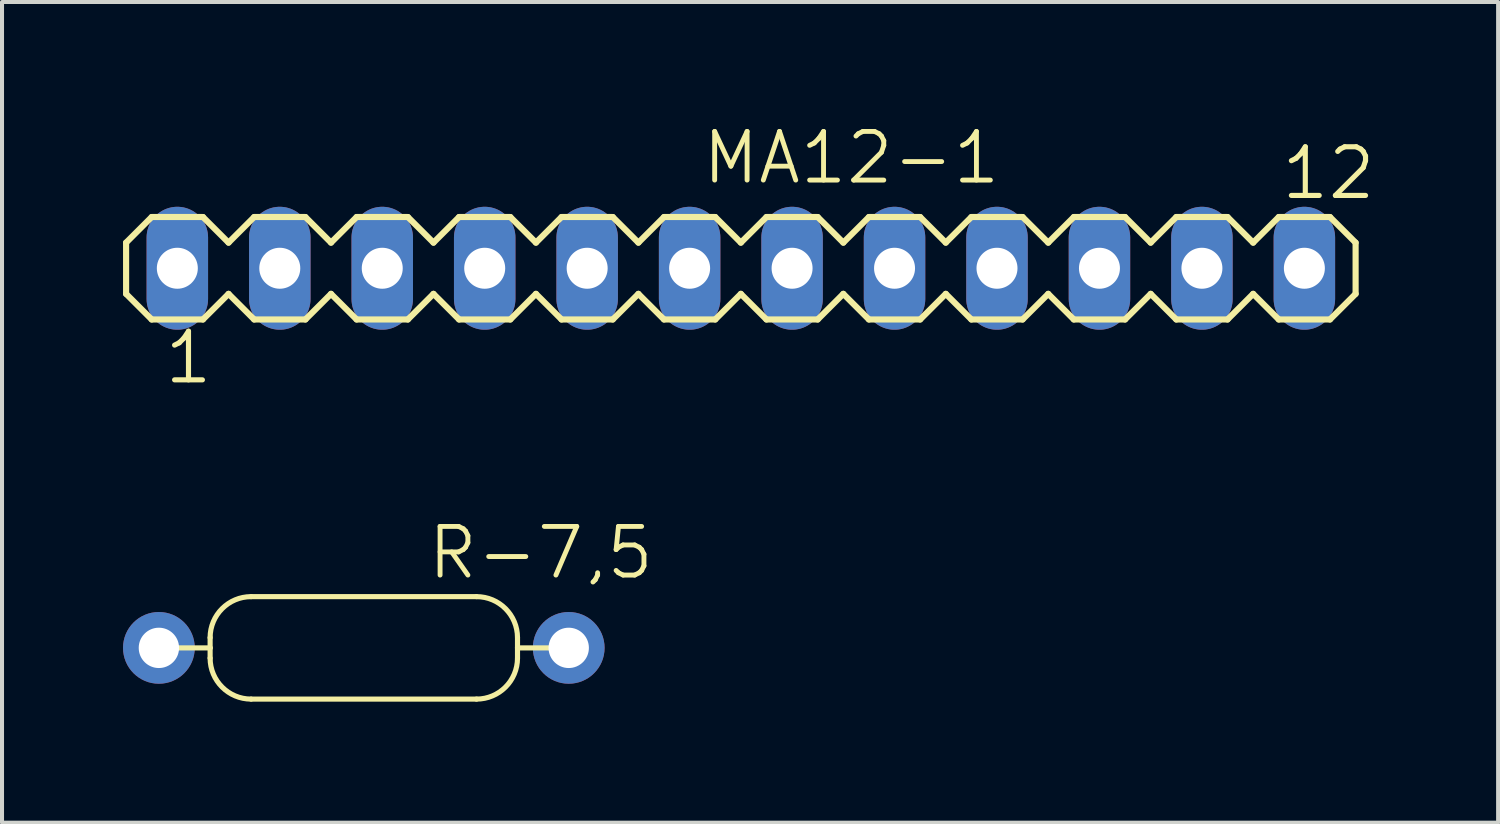
<source format=kicad_pcb>
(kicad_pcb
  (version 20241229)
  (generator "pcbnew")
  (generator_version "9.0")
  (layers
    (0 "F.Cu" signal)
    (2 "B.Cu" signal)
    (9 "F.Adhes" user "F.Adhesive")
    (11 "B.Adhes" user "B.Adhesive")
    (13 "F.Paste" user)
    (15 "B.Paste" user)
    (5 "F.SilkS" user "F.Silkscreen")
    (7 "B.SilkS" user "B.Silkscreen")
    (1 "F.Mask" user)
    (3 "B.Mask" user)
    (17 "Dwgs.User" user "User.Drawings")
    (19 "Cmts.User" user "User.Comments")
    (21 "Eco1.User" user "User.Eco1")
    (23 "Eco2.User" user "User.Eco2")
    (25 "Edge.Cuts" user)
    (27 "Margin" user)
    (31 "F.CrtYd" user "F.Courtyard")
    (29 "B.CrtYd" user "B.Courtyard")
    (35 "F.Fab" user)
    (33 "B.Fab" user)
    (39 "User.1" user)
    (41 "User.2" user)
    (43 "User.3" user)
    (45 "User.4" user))
  (footprint "R-7,5"
    (layer "F.Cu")
    (at 5.969 13.011)
    (property "Reference" "R-7,5" (at 1.524 -1.651 0) (layer "F.SilkS") (effects (font (size 1.206 1.206) (thickness 0.121)) (justify left bottom)))
    (attr through_hole)
    (fp_line (start -3.81 0) (end -5.08 0) (stroke (width 0.127) (type solid)) (layer "F.SilkS"))
    (fp_line (start -3.81 0) (end -3.81 -0.254) (stroke (width 0.127) (type solid)) (layer "F.SilkS"))
    (fp_line (start -3.81 0.254) (end -3.81 0) (stroke (width 0.127) (type solid)) (layer "F.SilkS"))
    (fp_line (start -2.794 -1.27) (end 2.794 -1.27) (stroke (width 0.127) (type solid)) (layer "F.SilkS"))
    (fp_line (start 2.794 1.27) (end -2.794 1.27) (stroke (width 0.127) (type solid)) (layer "F.SilkS"))
    (fp_line (start 3.81 -0.254) (end 3.81 0) (stroke (width 0.127) (type solid)) (layer "F.SilkS"))
    (fp_line (start 3.81 0) (end 3.81 0.254) (stroke (width 0.127) (type solid)) (layer "F.SilkS"))
    (fp_line (start 3.81 0) (end 5.08 0) (stroke (width 0.127) (type solid)) (layer "F.SilkS"))
    (fp_arc (start -3.81 -0.254) (mid -3.51242 -0.97242) (end -2.793999 -1.269999) (stroke (width 0.127) (type solid)) (layer "F.SilkS"))
    (fp_arc (start -2.794 1.27) (mid -3.512421 0.97242) (end -3.810001 0.253999) (stroke (width 0.127) (type solid)) (layer "F.SilkS"))
    (fp_arc (start 2.794 -1.27) (mid 3.512421 -0.97242) (end 3.810001 -0.253999) (stroke (width 0.127) (type solid)) (layer "F.SilkS"))
    (fp_arc (start 3.81 0.254) (mid 3.51242 0.97242) (end 2.793999 1.269999) (stroke (width 0.127) (type solid)) (layer "F.SilkS"))
    (pad "1" thru_hole circle (at -5.08 0) (size 1.778 1.778) (drill 1) (layers "*.Cu" "*.Mask"))
    (pad "2" thru_hole circle (at 5.08 0) (size 1.778 1.778) (drill 1) (layers "*.Cu" "*.Mask")))
  (footprint "MA12-1"
    (layer "F.Cu")
    (at 15.316 3.6)
    (property "Reference" "MA12-1" (at -1.016 -2.032 0) (layer "F.SilkS") (effects (font (size 1.206 1.206) (thickness 0.121)) (justify left bottom)))
    (attr through_hole)
    (fp_line (start -15.24 -0.635) (end -15.24 0.635) (stroke (width 0.152) (type solid)) (layer "F.SilkS"))
    (fp_line (start -15.24 0.635) (end -14.605 1.27) (stroke (width 0.152) (type solid)) (layer "F.SilkS"))
    (fp_line (start -14.605 -1.27) (end -15.24 -0.635) (stroke (width 0.152) (type solid)) (layer "F.SilkS"))
    (fp_line (start -14.605 -1.27) (end -13.335 -1.27) (stroke (width 0.152) (type solid)) (layer "F.SilkS"))
    (fp_line (start -13.335 -1.27) (end -12.7 -0.635) (stroke (width 0.152) (type solid)) (layer "F.SilkS"))
    (fp_line (start -13.335 1.27) (end -14.605 1.27) (stroke (width 0.152) (type solid)) (layer "F.SilkS"))
    (fp_line (start -12.7 -0.635) (end -12.065 -1.27) (stroke (width 0.152) (type solid)) (layer "F.SilkS"))
    (fp_line (start -12.7 0.635) (end -13.335 1.27) (stroke (width 0.152) (type solid)) (layer "F.SilkS"))
    (fp_line (start -12.065 -1.27) (end -10.795 -1.27) (stroke (width 0.152) (type solid)) (layer "F.SilkS"))
    (fp_line (start -12.065 1.27) (end -12.7 0.635) (stroke (width 0.152) (type solid)) (layer "F.SilkS"))
    (fp_line (start -10.795 -1.27) (end -10.16 -0.635) (stroke (width 0.152) (type solid)) (layer "F.SilkS"))
    (fp_line (start -10.795 1.27) (end -12.065 1.27) (stroke (width 0.152) (type solid)) (layer "F.SilkS"))
    (fp_line (start -10.16 -0.635) (end -9.525 -1.27) (stroke (width 0.152) (type solid)) (layer "F.SilkS"))
    (fp_line (start -10.16 0.635) (end -10.795 1.27) (stroke (width 0.152) (type solid)) (layer "F.SilkS"))
    (fp_line (start -9.525 -1.27) (end -8.255 -1.27) (stroke (width 0.152) (type solid)) (layer "F.SilkS"))
    (fp_line (start -9.525 1.27) (end -10.16 0.635) (stroke (width 0.152) (type solid)) (layer "F.SilkS"))
    (fp_line (start -8.255 -1.27) (end -7.62 -0.635) (stroke (width 0.152) (type solid)) (layer "F.SilkS"))
    (fp_line (start -8.255 1.27) (end -9.525 1.27) (stroke (width 0.152) (type solid)) (layer "F.SilkS"))
    (fp_line (start -7.62 0.635) (end -8.255 1.27) (stroke (width 0.152) (type solid)) (layer "F.SilkS"))
    (fp_line (start -7.62 0.635) (end -6.985 1.27) (stroke (width 0.152) (type solid)) (layer "F.SilkS"))
    (fp_line (start -6.985 -1.27) (end -7.62 -0.635) (stroke (width 0.152) (type solid)) (layer "F.SilkS"))
    (fp_line (start -6.985 -1.27) (end -5.715 -1.27) (stroke (width 0.152) (type solid)) (layer "F.SilkS"))
    (fp_line (start -5.715 -1.27) (end -5.08 -0.635) (stroke (width 0.152) (type solid)) (layer "F.SilkS"))
    (fp_line (start -5.715 1.27) (end -6.985 1.27) (stroke (width 0.152) (type solid)) (layer "F.SilkS"))
    (fp_line (start -5.08 -0.635) (end -4.445 -1.27) (stroke (width 0.152) (type solid)) (layer "F.SilkS"))
    (fp_line (start -5.08 0.635) (end -5.715 1.27) (stroke (width 0.152) (type solid)) (layer "F.SilkS"))
    (fp_line (start -4.445 -1.27) (end -3.175 -1.27) (stroke (width 0.152) (type solid)) (layer "F.SilkS"))
    (fp_line (start -4.445 1.27) (end -5.08 0.635) (stroke (width 0.152) (type solid)) (layer "F.SilkS"))
    (fp_line (start -3.175 -1.27) (end -2.54 -0.635) (stroke (width 0.152) (type solid)) (layer "F.SilkS"))
    (fp_line (start -3.175 1.27) (end -4.445 1.27) (stroke (width 0.152) (type solid)) (layer "F.SilkS"))
    (fp_line (start -2.54 -0.635) (end -1.905 -1.27) (stroke (width 0.152) (type solid)) (layer "F.SilkS"))
    (fp_line (start -2.54 0.635) (end -3.175 1.27) (stroke (width 0.152) (type solid)) (layer "F.SilkS"))
    (fp_line (start -1.905 -1.27) (end -0.635 -1.27) (stroke (width 0.152) (type solid)) (layer "F.SilkS"))
    (fp_line (start -1.905 1.27) (end -2.54 0.635) (stroke (width 0.152) (type solid)) (layer "F.SilkS"))
    (fp_line (start -0.635 -1.27) (end 0 -0.635) (stroke (width 0.152) (type solid)) (layer "F.SilkS"))
    (fp_line (start -0.635 1.27) (end -1.905 1.27) (stroke (width 0.152) (type solid)) (layer "F.SilkS"))
    (fp_line (start 0 0.635) (end -0.635 1.27) (stroke (width 0.152) (type solid)) (layer "F.SilkS"))
    (fp_line (start 0 0.635) (end 0.635 1.27) (stroke (width 0.152) (type solid)) (layer "F.SilkS"))
    (fp_line (start 0.635 -1.27) (end 0 -0.635) (stroke (width 0.152) (type solid)) (layer "F.SilkS"))
    (fp_line (start 0.635 -1.27) (end 1.905 -1.27) (stroke (width 0.152) (type solid)) (layer "F.SilkS"))
    (fp_line (start 1.905 -1.27) (end 2.54 -0.635) (stroke (width 0.152) (type solid)) (layer "F.SilkS"))
    (fp_line (start 1.905 1.27) (end 0.635 1.27) (stroke (width 0.152) (type solid)) (layer "F.SilkS"))
    (fp_line (start 2.54 -0.635) (end 3.175 -1.27) (stroke (width 0.152) (type solid)) (layer "F.SilkS"))
    (fp_line (start 2.54 0.635) (end 1.905 1.27) (stroke (width 0.152) (type solid)) (layer "F.SilkS"))
    (fp_line (start 3.175 -1.27) (end 4.445 -1.27) (stroke (width 0.152) (type solid)) (layer "F.SilkS"))
    (fp_line (start 3.175 1.27) (end 2.54 0.635) (stroke (width 0.152) (type solid)) (layer "F.SilkS"))
    (fp_line (start 4.445 -1.27) (end 5.08 -0.635) (stroke (width 0.152) (type solid)) (layer "F.SilkS"))
    (fp_line (start 4.445 1.27) (end 3.175 1.27) (stroke (width 0.152) (type solid)) (layer "F.SilkS"))
    (fp_line (start 5.08 -0.635) (end 5.715 -1.27) (stroke (width 0.152) (type solid)) (layer "F.SilkS"))
    (fp_line (start 5.08 0.635) (end 4.445 1.27) (stroke (width 0.152) (type solid)) (layer "F.SilkS"))
    (fp_line (start 5.715 -1.27) (end 6.985 -1.27) (stroke (width 0.152) (type solid)) (layer "F.SilkS"))
    (fp_line (start 5.715 1.27) (end 5.08 0.635) (stroke (width 0.152) (type solid)) (layer "F.SilkS"))
    (fp_line (start 6.985 -1.27) (end 7.62 -0.635) (stroke (width 0.152) (type solid)) (layer "F.SilkS"))
    (fp_line (start 6.985 1.27) (end 5.715 1.27) (stroke (width 0.152) (type solid)) (layer "F.SilkS"))
    (fp_line (start 7.62 0.635) (end 6.985 1.27) (stroke (width 0.152) (type solid)) (layer "F.SilkS"))
    (fp_line (start 7.62 0.635) (end 8.255 1.27) (stroke (width 0.152) (type solid)) (layer "F.SilkS"))
    (fp_line (start 8.255 -1.27) (end 7.62 -0.635) (stroke (width 0.152) (type solid)) (layer "F.SilkS"))
    (fp_line (start 8.255 -1.27) (end 9.525 -1.27) (stroke (width 0.152) (type solid)) (layer "F.SilkS"))
    (fp_line (start 9.525 -1.27) (end 10.16 -0.635) (stroke (width 0.152) (type solid)) (layer "F.SilkS"))
    (fp_line (start 9.525 1.27) (end 8.255 1.27) (stroke (width 0.152) (type solid)) (layer "F.SilkS"))
    (fp_line (start 10.16 -0.635) (end 10.795 -1.27) (stroke (width 0.152) (type solid)) (layer "F.SilkS"))
    (fp_line (start 10.16 0.635) (end 9.525 1.27) (stroke (width 0.152) (type solid)) (layer "F.SilkS"))
    (fp_line (start 10.795 -1.27) (end 12.065 -1.27) (stroke (width 0.152) (type solid)) (layer "F.SilkS"))
    (fp_line (start 10.795 1.27) (end 10.16 0.635) (stroke (width 0.152) (type solid)) (layer "F.SilkS"))
    (fp_line (start 12.065 -1.27) (end 12.7 -0.635) (stroke (width 0.152) (type solid)) (layer "F.SilkS"))
    (fp_line (start 12.065 1.27) (end 10.795 1.27) (stroke (width 0.152) (type solid)) (layer "F.SilkS"))
    (fp_line (start 12.7 -0.635) (end 13.335 -1.27) (stroke (width 0.152) (type solid)) (layer "F.SilkS"))
    (fp_line (start 12.7 0.635) (end 12.065 1.27) (stroke (width 0.152) (type solid)) (layer "F.SilkS"))
    (fp_line (start 13.335 -1.27) (end 14.605 -1.27) (stroke (width 0.152) (type solid)) (layer "F.SilkS"))
    (fp_line (start 13.335 1.27) (end 12.7 0.635) (stroke (width 0.152) (type solid)) (layer "F.SilkS"))
    (fp_line (start 14.605 -1.27) (end 15.24 -0.635) (stroke (width 0.152) (type solid)) (layer "F.SilkS"))
    (fp_line (start 14.605 1.27) (end 13.335 1.27) (stroke (width 0.152) (type solid)) (layer "F.SilkS"))
    (fp_line (start 15.24 -0.635) (end 15.24 0.635) (stroke (width 0.152) (type solid)) (layer "F.SilkS"))
    (fp_line (start 15.24 0.635) (end 14.605 1.27) (stroke (width 0.152) (type solid)) (layer "F.SilkS"))
    (fp_poly (pts (xy -14.224 0.254) (xy -13.716 0.254) (xy -13.716 -0.254) (xy -14.224 -0.254)) (stroke (width 0.1) (type solid)) (fill no) (layer "F.Fab"))
    (fp_poly (pts (xy -11.684 0.254) (xy -11.176 0.254) (xy -11.176 -0.254) (xy -11.684 -0.254)) (stroke (width 0.1) (type solid)) (fill no) (layer "F.Fab"))
    (fp_poly (pts (xy -9.144 0.254) (xy -8.636 0.254) (xy -8.636 -0.254) (xy -9.144 -0.254)) (stroke (width 0.1) (type solid)) (fill no) (layer "F.Fab"))
    (fp_poly (pts (xy -6.604 0.254) (xy -6.096 0.254) (xy -6.096 -0.254) (xy -6.604 -0.254)) (stroke (width 0.1) (type solid)) (fill no) (layer "F.Fab"))
    (fp_poly (pts (xy -4.064 0.254) (xy -3.556 0.254) (xy -3.556 -0.254) (xy -4.064 -0.254)) (stroke (width 0.1) (type solid)) (fill no) (layer "F.Fab"))
    (fp_poly (pts (xy -1.524 0.254) (xy -1.016 0.254) (xy -1.016 -0.254) (xy -1.524 -0.254)) (stroke (width 0.1) (type solid)) (fill no) (layer "F.Fab"))
    (fp_poly (pts (xy 1.016 0.254) (xy 1.524 0.254) (xy 1.524 -0.254) (xy 1.016 -0.254)) (stroke (width 0.1) (type solid)) (fill no) (layer "F.Fab"))
    (fp_poly (pts (xy 3.556 0.254) (xy 4.064 0.254) (xy 4.064 -0.254) (xy 3.556 -0.254)) (stroke (width 0.1) (type solid)) (fill no) (layer "F.Fab"))
    (fp_poly (pts (xy 6.096 0.254) (xy 6.604 0.254) (xy 6.604 -0.254) (xy 6.096 -0.254)) (stroke (width 0.1) (type solid)) (fill no) (layer "F.Fab"))
    (fp_poly (pts (xy 8.636 0.254) (xy 9.144 0.254) (xy 9.144 -0.254) (xy 8.636 -0.254)) (stroke (width 0.1) (type solid)) (fill no) (layer "F.Fab"))
    (fp_poly (pts (xy 11.176 0.254) (xy 11.684 0.254) (xy 11.684 -0.254) (xy 11.176 -0.254)) (stroke (width 0.1) (type solid)) (fill no) (layer "F.Fab"))
    (fp_poly (pts (xy 13.716 0.254) (xy 14.224 0.254) (xy 14.224 -0.254) (xy 13.716 -0.254)) (stroke (width 0.1) (type solid)) (fill no) (layer "F.Fab"))
    (fp_text user "12" (at 13.335 -1.651 0) (layer "F.SilkS") (effects (font (size 1.206 1.206) (thickness 0.127)) (justify left bottom)))
    (fp_text user "1" (at -14.351 2.921 0) (layer "F.SilkS") (effects (font (size 1.206 1.206) (thickness 0.127)) (justify left bottom)))
    (pad "1" thru_hole oval (at -13.97 0 90) (size 3.048 1.524) (drill 1.016) (layers "*.Cu" "*.Mask"))
    (pad "2" thru_hole oval (at -11.43 0 90) (size 3.048 1.524) (drill 1.016) (layers "*.Cu" "*.Mask"))
    (pad "3" thru_hole oval (at -8.89 0 90) (size 3.048 1.524) (drill 1.016) (layers "*.Cu" "*.Mask"))
    (pad "4" thru_hole oval (at -6.35 0 90) (size 3.048 1.524) (drill 1.016) (layers "*.Cu" "*.Mask"))
    (pad "5" thru_hole oval (at -3.81 0 90) (size 3.048 1.524) (drill 1.016) (layers "*.Cu" "*.Mask"))
    (pad "6" thru_hole oval (at -1.27 0 90) (size 3.048 1.524) (drill 1.016) (layers "*.Cu" "*.Mask"))
    (pad "7" thru_hole oval (at 1.27 0 90) (size 3.048 1.524) (drill 1.016) (layers "*.Cu" "*.Mask"))
    (pad "8" thru_hole oval (at 3.81 0 90) (size 3.048 1.524) (drill 1.016) (layers "*.Cu" "*.Mask"))
    (pad "9" thru_hole oval (at 6.35 0 90) (size 3.048 1.524) (drill 1.016) (layers "*.Cu" "*.Mask"))
    (pad "10" thru_hole oval (at 8.89 0 90) (size 3.048 1.524) (drill 1.016) (layers "*.Cu" "*.Mask"))
    (pad "11" thru_hole oval (at 11.43 0 90) (size 3.048 1.524) (drill 1.016) (layers "*.Cu" "*.Mask"))
    (pad "12" thru_hole oval (at 13.97 0 90) (size 3.048 1.524) (drill 1.016) (layers "*.Cu" "*.Mask")))
  (gr_rect
    (start -3 -3)
    (end 34.089 17.344)
    (stroke (width 0.1) (type default))
    (fill no)
    (layer "Edge.Cuts")))
</source>
